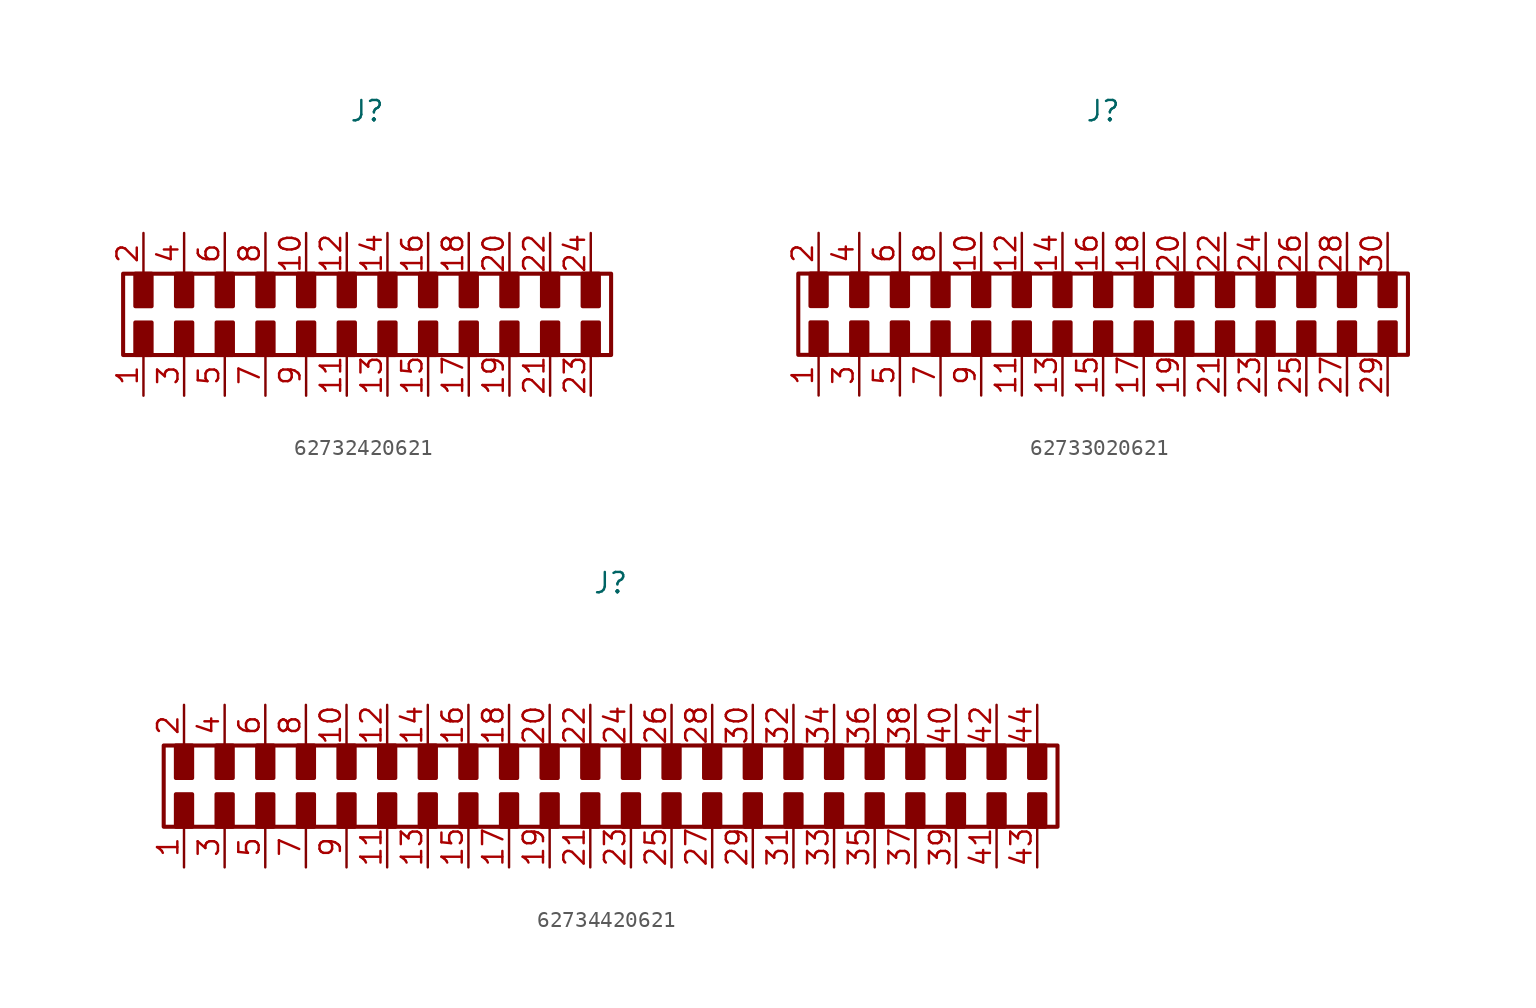
<source format=kicad_sym>
(kicad_symbol_lib
  (version 20241209)
  (generator "kicad_symbol_editor")
  (generator_version "9.0")
  (symbol "62732420621"
    (pin_names
      (hide yes))
    (property "Reference" "J"
      (at 0 12.7 0)
      (effects (font (size 1.27 1.27))))
    (symbol "62732420621_1_1"
      (rectangle (start -15.24 2.54) (end 15.24 -2.54) (stroke (width 0.254) (type solid)) (fill (type none)))
      (rectangle (start -14.478 2.54) (end -13.462 0.508) (stroke (width 0.254) (type solid)) (fill (type outline)))
      (rectangle (start -14.478 -0.508) (end -13.462 -2.54) (stroke (width 0.254) (type solid)) (fill (type outline)))
      (rectangle (start -11.938 2.54) (end -10.922 0.508) (stroke (width 0.254) (type solid)) (fill (type outline)))
      (rectangle (start -11.938 -0.508) (end -10.922 -2.54) (stroke (width 0.254) (type solid)) (fill (type outline)))
      (rectangle (start -9.398 2.54) (end -8.382 0.508) (stroke (width 0.254) (type solid)) (fill (type outline)))
      (rectangle (start -9.398 -0.508) (end -8.382 -2.54) (stroke (width 0.254) (type solid)) (fill (type outline)))
      (rectangle (start -6.858 2.54) (end -5.842 0.508) (stroke (width 0.254) (type solid)) (fill (type outline)))
      (rectangle (start -6.858 -0.508) (end -5.842 -2.54) (stroke (width 0.254) (type solid)) (fill (type outline)))
      (rectangle (start -4.318 2.54) (end -3.302 0.508) (stroke (width 0.254) (type solid)) (fill (type outline)))
      (rectangle (start -4.318 -0.508) (end -3.302 -2.54) (stroke (width 0.254) (type solid)) (fill (type outline)))
      (rectangle (start -1.778 2.54) (end -0.762 0.508) (stroke (width 0.254) (type solid)) (fill (type outline)))
      (rectangle (start -1.778 -0.508) (end -0.762 -2.54) (stroke (width 0.254) (type solid)) (fill (type outline)))
      (rectangle (start 0.762 2.54) (end 1.778 0.508) (stroke (width 0.254) (type solid)) (fill (type outline)))
      (rectangle (start 0.762 -0.508) (end 1.778 -2.54) (stroke (width 0.254) (type solid)) (fill (type outline)))
      (rectangle (start 3.302 2.54) (end 4.318 0.508) (stroke (width 0.254) (type solid)) (fill (type outline)))
      (rectangle (start 3.302 -0.508) (end 4.318 -2.54) (stroke (width 0.254) (type solid)) (fill (type outline)))
      (rectangle (start 5.842 2.54) (end 6.858 0.508) (stroke (width 0.254) (type solid)) (fill (type outline)))
      (rectangle (start 5.842 -0.508) (end 6.858 -2.54) (stroke (width 0.254) (type solid)) (fill (type outline)))
      (rectangle (start 8.382 2.54) (end 9.398 0.508) (stroke (width 0.254) (type solid)) (fill (type outline)))
      (rectangle (start 8.382 -0.508) (end 9.398 -2.54) (stroke (width 0.254) (type solid)) (fill (type outline)))
      (rectangle (start 10.922 2.54) (end 11.938 0.508) (stroke (width 0.254) (type solid)) (fill (type outline)))
      (rectangle (start 10.922 -0.508) (end 11.938 -2.54) (stroke (width 0.254) (type solid)) (fill (type outline)))
      (rectangle (start 13.462 2.54) (end 14.478 0.508) (stroke (width 0.254) (type solid)) (fill (type outline)))
      (rectangle (start 13.462 -0.508) (end 14.478 -2.54) (stroke (width 0.254) (type solid)) (fill (type outline)))
      (pin passive line (at -13.97 5.08 270) (length 2.54) (name "2" (effects (font (size 1.27 1.27)))) (number "2" (effects (font (size 1.27 1.27)))))
      (pin passive line (at -13.97 -5.08 90) (length 2.54) (name "1" (effects (font (size 1.27 1.27)))) (number "1" (effects (font (size 1.27 1.27)))))
      (pin passive line (at -11.43 5.08 270) (length 2.54) (name "4" (effects (font (size 1.27 1.27)))) (number "4" (effects (font (size 1.27 1.27)))))
      (pin passive line (at -11.43 -5.08 90) (length 2.54) (name "3" (effects (font (size 1.27 1.27)))) (number "3" (effects (font (size 1.27 1.27)))))
      (pin passive line (at -8.89 5.08 270) (length 2.54) (name "6" (effects (font (size 1.27 1.27)))) (number "6" (effects (font (size 1.27 1.27)))))
      (pin passive line (at -8.89 -5.08 90) (length 2.54) (name "5" (effects (font (size 1.27 1.27)))) (number "5" (effects (font (size 1.27 1.27)))))
      (pin passive line (at -6.35 5.08 270) (length 2.54) (name "8" (effects (font (size 1.27 1.27)))) (number "8" (effects (font (size 1.27 1.27)))))
      (pin passive line (at -6.35 -5.08 90) (length 2.54) (name "7" (effects (font (size 1.27 1.27)))) (number "7" (effects (font (size 1.27 1.27)))))
      (pin passive line (at -3.81 5.08 270) (length 2.54) (name "10" (effects (font (size 1.27 1.27)))) (number "10" (effects (font (size 1.27 1.27)))))
      (pin passive line (at -3.81 -5.08 90) (length 2.54) (name "9" (effects (font (size 1.27 1.27)))) (number "9" (effects (font (size 1.27 1.27)))))
      (pin passive line (at -1.27 5.08 270) (length 2.54) (name "12" (effects (font (size 1.27 1.27)))) (number "12" (effects (font (size 1.27 1.27)))))
      (pin passive line (at -1.27 -5.08 90) (length 2.54) (name "11" (effects (font (size 1.27 1.27)))) (number "11" (effects (font (size 1.27 1.27)))))
      (pin passive line (at 1.27 5.08 270) (length 2.54) (name "14" (effects (font (size 1.27 1.27)))) (number "14" (effects (font (size 1.27 1.27)))))
      (pin passive line (at 1.27 -5.08 90) (length 2.54) (name "13" (effects (font (size 1.27 1.27)))) (number "13" (effects (font (size 1.27 1.27)))))
      (pin passive line (at 3.81 5.08 270) (length 2.54) (name "16" (effects (font (size 1.27 1.27)))) (number "16" (effects (font (size 1.27 1.27)))))
      (pin passive line (at 3.81 -5.08 90) (length 2.54) (name "15" (effects (font (size 1.27 1.27)))) (number "15" (effects (font (size 1.27 1.27)))))
      (pin passive line (at 6.35 5.08 270) (length 2.54) (name "18" (effects (font (size 1.27 1.27)))) (number "18" (effects (font (size 1.27 1.27)))))
      (pin passive line (at 6.35 -5.08 90) (length 2.54) (name "17" (effects (font (size 1.27 1.27)))) (number "17" (effects (font (size 1.27 1.27)))))
      (pin passive line (at 8.89 5.08 270) (length 2.54) (name "20" (effects (font (size 1.27 1.27)))) (number "20" (effects (font (size 1.27 1.27)))))
      (pin passive line (at 8.89 -5.08 90) (length 2.54) (name "19" (effects (font (size 1.27 1.27)))) (number "19" (effects (font (size 1.27 1.27)))))
      (pin passive line (at 11.43 5.08 270) (length 2.54) (name "22" (effects (font (size 1.27 1.27)))) (number "22" (effects (font (size 1.27 1.27)))))
      (pin passive line (at 11.43 -5.08 90) (length 2.54) (name "21" (effects (font (size 1.27 1.27)))) (number "21" (effects (font (size 1.27 1.27)))))
      (pin passive line (at 13.97 5.08 270) (length 2.54) (name "24" (effects (font (size 1.27 1.27)))) (number "24" (effects (font (size 1.27 1.27)))))
      (pin passive line (at 13.97 -5.08 90) (length 2.54) (name "23" (effects (font (size 1.27 1.27)))) (number "23" (effects (font (size 1.27 1.27)))))))
  (symbol "62733020621"
    (pin_names
      (hide yes))
    (property "Reference" "J"
      (at 0 12.7 0)
      (effects (font (size 1.27 1.27))))
    (symbol "62733020621_1_1"
      (rectangle (start -19.05 2.54) (end 19.05 -2.54) (stroke (width 0.254) (type solid)) (fill (type none)))
      (rectangle (start -18.288 2.54) (end -17.272 0.508) (stroke (width 0.254) (type solid)) (fill (type outline)))
      (rectangle (start -18.288 -0.508) (end -17.272 -2.54) (stroke (width 0.254) (type solid)) (fill (type outline)))
      (rectangle (start -15.748 2.54) (end -14.732 0.508) (stroke (width 0.254) (type solid)) (fill (type outline)))
      (rectangle (start -15.748 -0.508) (end -14.732 -2.54) (stroke (width 0.254) (type solid)) (fill (type outline)))
      (rectangle (start -13.208 2.54) (end -12.192 0.508) (stroke (width 0.254) (type solid)) (fill (type outline)))
      (rectangle (start -13.208 -0.508) (end -12.192 -2.54) (stroke (width 0.254) (type solid)) (fill (type outline)))
      (rectangle (start -10.668 2.54) (end -9.652 0.508) (stroke (width 0.254) (type solid)) (fill (type outline)))
      (rectangle (start -10.668 -0.508) (end -9.652 -2.54) (stroke (width 0.254) (type solid)) (fill (type outline)))
      (rectangle (start -8.128 2.54) (end -7.112 0.508) (stroke (width 0.254) (type solid)) (fill (type outline)))
      (rectangle (start -8.128 -0.508) (end -7.112 -2.54) (stroke (width 0.254) (type solid)) (fill (type outline)))
      (rectangle (start -5.588 2.54) (end -4.572 0.508) (stroke (width 0.254) (type solid)) (fill (type outline)))
      (rectangle (start -5.588 -0.508) (end -4.572 -2.54) (stroke (width 0.254) (type solid)) (fill (type outline)))
      (rectangle (start -3.048 2.54) (end -2.032 0.508) (stroke (width 0.254) (type solid)) (fill (type outline)))
      (rectangle (start -3.048 -0.508) (end -2.032 -2.54) (stroke (width 0.254) (type solid)) (fill (type outline)))
      (rectangle (start -0.508 2.54) (end 0.508 0.508) (stroke (width 0.254) (type solid)) (fill (type outline)))
      (rectangle (start -0.508 -0.508) (end 0.508 -2.54) (stroke (width 0.254) (type solid)) (fill (type outline)))
      (rectangle (start 2.032 2.54) (end 3.048 0.508) (stroke (width 0.254) (type solid)) (fill (type outline)))
      (rectangle (start 2.032 -0.508) (end 3.048 -2.54) (stroke (width 0.254) (type solid)) (fill (type outline)))
      (rectangle (start 4.572 2.54) (end 5.588 0.508) (stroke (width 0.254) (type solid)) (fill (type outline)))
      (rectangle (start 4.572 -0.508) (end 5.588 -2.54) (stroke (width 0.254) (type solid)) (fill (type outline)))
      (rectangle (start 7.112 2.54) (end 8.128 0.508) (stroke (width 0.254) (type solid)) (fill (type outline)))
      (rectangle (start 7.112 -0.508) (end 8.128 -2.54) (stroke (width 0.254) (type solid)) (fill (type outline)))
      (rectangle (start 9.652 2.54) (end 10.668 0.508) (stroke (width 0.254) (type solid)) (fill (type outline)))
      (rectangle (start 9.652 -0.508) (end 10.668 -2.54) (stroke (width 0.254) (type solid)) (fill (type outline)))
      (rectangle (start 12.192 2.54) (end 13.208 0.508) (stroke (width 0.254) (type solid)) (fill (type outline)))
      (rectangle (start 12.192 -0.508) (end 13.208 -2.54) (stroke (width 0.254) (type solid)) (fill (type outline)))
      (rectangle (start 14.732 2.54) (end 15.748 0.508) (stroke (width 0.254) (type solid)) (fill (type outline)))
      (rectangle (start 14.732 -0.508) (end 15.748 -2.54) (stroke (width 0.254) (type solid)) (fill (type outline)))
      (rectangle (start 17.272 2.54) (end 18.288 0.508) (stroke (width 0.254) (type solid)) (fill (type outline)))
      (rectangle (start 17.272 -0.508) (end 18.288 -2.54) (stroke (width 0.254) (type solid)) (fill (type outline)))
      (pin passive line (at -17.78 5.08 270) (length 2.54) (name "2" (effects (font (size 1.27 1.27)))) (number "2" (effects (font (size 1.27 1.27)))))
      (pin passive line (at -17.78 -5.08 90) (length 2.54) (name "1" (effects (font (size 1.27 1.27)))) (number "1" (effects (font (size 1.27 1.27)))))
      (pin passive line (at -15.24 5.08 270) (length 2.54) (name "4" (effects (font (size 1.27 1.27)))) (number "4" (effects (font (size 1.27 1.27)))))
      (pin passive line (at -15.24 -5.08 90) (length 2.54) (name "3" (effects (font (size 1.27 1.27)))) (number "3" (effects (font (size 1.27 1.27)))))
      (pin passive line (at -12.7 5.08 270) (length 2.54) (name "6" (effects (font (size 1.27 1.27)))) (number "6" (effects (font (size 1.27 1.27)))))
      (pin passive line (at -12.7 -5.08 90) (length 2.54) (name "5" (effects (font (size 1.27 1.27)))) (number "5" (effects (font (size 1.27 1.27)))))
      (pin passive line (at -10.16 5.08 270) (length 2.54) (name "8" (effects (font (size 1.27 1.27)))) (number "8" (effects (font (size 1.27 1.27)))))
      (pin passive line (at -10.16 -5.08 90) (length 2.54) (name "7" (effects (font (size 1.27 1.27)))) (number "7" (effects (font (size 1.27 1.27)))))
      (pin passive line (at -7.62 5.08 270) (length 2.54) (name "10" (effects (font (size 1.27 1.27)))) (number "10" (effects (font (size 1.27 1.27)))))
      (pin passive line (at -7.62 -5.08 90) (length 2.54) (name "9" (effects (font (size 1.27 1.27)))) (number "9" (effects (font (size 1.27 1.27)))))
      (pin passive line (at -5.08 5.08 270) (length 2.54) (name "12" (effects (font (size 1.27 1.27)))) (number "12" (effects (font (size 1.27 1.27)))))
      (pin passive line (at -5.08 -5.08 90) (length 2.54) (name "11" (effects (font (size 1.27 1.27)))) (number "11" (effects (font (size 1.27 1.27)))))
      (pin passive line (at -2.54 5.08 270) (length 2.54) (name "14" (effects (font (size 1.27 1.27)))) (number "14" (effects (font (size 1.27 1.27)))))
      (pin passive line (at -2.54 -5.08 90) (length 2.54) (name "13" (effects (font (size 1.27 1.27)))) (number "13" (effects (font (size 1.27 1.27)))))
      (pin passive line (at 0 5.08 270) (length 2.54) (name "16" (effects (font (size 1.27 1.27)))) (number "16" (effects (font (size 1.27 1.27)))))
      (pin passive line (at 0 -5.08 90) (length 2.54) (name "15" (effects (font (size 1.27 1.27)))) (number "15" (effects (font (size 1.27 1.27)))))
      (pin passive line (at 2.54 5.08 270) (length 2.54) (name "18" (effects (font (size 1.27 1.27)))) (number "18" (effects (font (size 1.27 1.27)))))
      (pin passive line (at 2.54 -5.08 90) (length 2.54) (name "17" (effects (font (size 1.27 1.27)))) (number "17" (effects (font (size 1.27 1.27)))))
      (pin passive line (at 5.08 5.08 270) (length 2.54) (name "20" (effects (font (size 1.27 1.27)))) (number "20" (effects (font (size 1.27 1.27)))))
      (pin passive line (at 5.08 -5.08 90) (length 2.54) (name "19" (effects (font (size 1.27 1.27)))) (number "19" (effects (font (size 1.27 1.27)))))
      (pin passive line (at 7.62 5.08 270) (length 2.54) (name "22" (effects (font (size 1.27 1.27)))) (number "22" (effects (font (size 1.27 1.27)))))
      (pin passive line (at 7.62 -5.08 90) (length 2.54) (name "21" (effects (font (size 1.27 1.27)))) (number "21" (effects (font (size 1.27 1.27)))))
      (pin passive line (at 10.16 5.08 270) (length 2.54) (name "24" (effects (font (size 1.27 1.27)))) (number "24" (effects (font (size 1.27 1.27)))))
      (pin passive line (at 10.16 -5.08 90) (length 2.54) (name "23" (effects (font (size 1.27 1.27)))) (number "23" (effects (font (size 1.27 1.27)))))
      (pin passive line (at 12.7 5.08 270) (length 2.54) (name "26" (effects (font (size 1.27 1.27)))) (number "26" (effects (font (size 1.27 1.27)))))
      (pin passive line (at 12.7 -5.08 90) (length 2.54) (name "25" (effects (font (size 1.27 1.27)))) (number "25" (effects (font (size 1.27 1.27)))))
      (pin passive line (at 15.24 5.08 270) (length 2.54) (name "28" (effects (font (size 1.27 1.27)))) (number "28" (effects (font (size 1.27 1.27)))))
      (pin passive line (at 15.24 -5.08 90) (length 2.54) (name "27" (effects (font (size 1.27 1.27)))) (number "27" (effects (font (size 1.27 1.27)))))
      (pin passive line (at 17.78 5.08 270) (length 2.54) (name "30" (effects (font (size 1.27 1.27)))) (number "30" (effects (font (size 1.27 1.27)))))
      (pin passive line (at 17.78 -5.08 90) (length 2.54) (name "29" (effects (font (size 1.27 1.27)))) (number "29" (effects (font (size 1.27 1.27)))))))
  (symbol "62734420621"
    (pin_names
      (hide yes))
    (property "Reference" "J"
      (at 0 12.7 0)
      (effects (font (size 1.27 1.27))))
    (symbol "62734420621_1_1"
      (rectangle (start -27.94 2.54) (end 27.94 -2.54) (stroke (width 0.254) (type solid)) (fill (type none)))
      (rectangle (start -27.178 2.54) (end -26.162 0.508) (stroke (width 0.254) (type solid)) (fill (type outline)))
      (rectangle (start -27.178 -0.508) (end -26.162 -2.54) (stroke (width 0.254) (type solid)) (fill (type outline)))
      (rectangle (start -24.638 2.54) (end -23.622 0.508) (stroke (width 0.254) (type solid)) (fill (type outline)))
      (rectangle (start -24.638 -0.508) (end -23.622 -2.54) (stroke (width 0.254) (type solid)) (fill (type outline)))
      (rectangle (start -22.098 2.54) (end -21.082 0.508) (stroke (width 0.254) (type solid)) (fill (type outline)))
      (rectangle (start -22.098 -0.508) (end -21.082 -2.54) (stroke (width 0.254) (type solid)) (fill (type outline)))
      (rectangle (start -19.558 2.54) (end -18.542 0.508) (stroke (width 0.254) (type solid)) (fill (type outline)))
      (rectangle (start -19.558 -0.508) (end -18.542 -2.54) (stroke (width 0.254) (type solid)) (fill (type outline)))
      (rectangle (start -17.018 2.54) (end -16.002 0.508) (stroke (width 0.254) (type solid)) (fill (type outline)))
      (rectangle (start -17.018 -0.508) (end -16.002 -2.54) (stroke (width 0.254) (type solid)) (fill (type outline)))
      (rectangle (start -14.478 2.54) (end -13.462 0.508) (stroke (width 0.254) (type solid)) (fill (type outline)))
      (rectangle (start -14.478 -0.508) (end -13.462 -2.54) (stroke (width 0.254) (type solid)) (fill (type outline)))
      (rectangle (start -11.938 2.54) (end -10.922 0.508) (stroke (width 0.254) (type solid)) (fill (type outline)))
      (rectangle (start -11.938 -0.508) (end -10.922 -2.54) (stroke (width 0.254) (type solid)) (fill (type outline)))
      (rectangle (start -9.398 2.54) (end -8.382 0.508) (stroke (width 0.254) (type solid)) (fill (type outline)))
      (rectangle (start -9.398 -0.508) (end -8.382 -2.54) (stroke (width 0.254) (type solid)) (fill (type outline)))
      (rectangle (start -6.858 2.54) (end -5.842 0.508) (stroke (width 0.254) (type solid)) (fill (type outline)))
      (rectangle (start -6.858 -0.508) (end -5.842 -2.54) (stroke (width 0.254) (type solid)) (fill (type outline)))
      (rectangle (start -4.318 2.54) (end -3.302 0.508) (stroke (width 0.254) (type solid)) (fill (type outline)))
      (rectangle (start -4.318 -0.508) (end -3.302 -2.54) (stroke (width 0.254) (type solid)) (fill (type outline)))
      (rectangle (start -1.778 2.54) (end -0.762 0.508) (stroke (width 0.254) (type solid)) (fill (type outline)))
      (rectangle (start -1.778 -0.508) (end -0.762 -2.54) (stroke (width 0.254) (type solid)) (fill (type outline)))
      (rectangle (start 0.762 2.54) (end 1.778 0.508) (stroke (width 0.254) (type solid)) (fill (type outline)))
      (rectangle (start 0.762 -0.508) (end 1.778 -2.54) (stroke (width 0.254) (type solid)) (fill (type outline)))
      (rectangle (start 3.302 2.54) (end 4.318 0.508) (stroke (width 0.254) (type solid)) (fill (type outline)))
      (rectangle (start 3.302 -0.508) (end 4.318 -2.54) (stroke (width 0.254) (type solid)) (fill (type outline)))
      (rectangle (start 5.842 2.54) (end 6.858 0.508) (stroke (width 0.254) (type solid)) (fill (type outline)))
      (rectangle (start 5.842 -0.508) (end 6.858 -2.54) (stroke (width 0.254) (type solid)) (fill (type outline)))
      (rectangle (start 8.382 2.54) (end 9.398 0.508) (stroke (width 0.254) (type solid)) (fill (type outline)))
      (rectangle (start 8.382 -0.508) (end 9.398 -2.54) (stroke (width 0.254) (type solid)) (fill (type outline)))
      (rectangle (start 10.922 2.54) (end 11.938 0.508) (stroke (width 0.254) (type solid)) (fill (type outline)))
      (rectangle (start 10.922 -0.508) (end 11.938 -2.54) (stroke (width 0.254) (type solid)) (fill (type outline)))
      (rectangle (start 13.462 2.54) (end 14.478 0.508) (stroke (width 0.254) (type solid)) (fill (type outline)))
      (rectangle (start 13.462 -0.508) (end 14.478 -2.54) (stroke (width 0.254) (type solid)) (fill (type outline)))
      (rectangle (start 16.002 2.54) (end 17.018 0.508) (stroke (width 0.254) (type solid)) (fill (type outline)))
      (rectangle (start 16.002 -0.508) (end 17.018 -2.54) (stroke (width 0.254) (type solid)) (fill (type outline)))
      (rectangle (start 18.542 2.54) (end 19.558 0.508) (stroke (width 0.254) (type solid)) (fill (type outline)))
      (rectangle (start 18.542 -0.508) (end 19.558 -2.54) (stroke (width 0.254) (type solid)) (fill (type outline)))
      (rectangle (start 21.082 2.54) (end 22.098 0.508) (stroke (width 0.254) (type solid)) (fill (type outline)))
      (rectangle (start 21.082 -0.508) (end 22.098 -2.54) (stroke (width 0.254) (type solid)) (fill (type outline)))
      (rectangle (start 23.622 2.54) (end 24.638 0.508) (stroke (width 0.254) (type solid)) (fill (type outline)))
      (rectangle (start 23.622 -0.508) (end 24.638 -2.54) (stroke (width 0.254) (type solid)) (fill (type outline)))
      (rectangle (start 26.162 2.54) (end 27.178 0.508) (stroke (width 0.254) (type solid)) (fill (type outline)))
      (rectangle (start 26.162 -0.508) (end 27.178 -2.54) (stroke (width 0.254) (type solid)) (fill (type outline)))
      (pin passive line (at -26.67 5.08 270) (length 2.54) (name "2" (effects (font (size 1.27 1.27)))) (number "2" (effects (font (size 1.27 1.27)))))
      (pin passive line (at -26.67 -5.08 90) (length 2.54) (name "1" (effects (font (size 1.27 1.27)))) (number "1" (effects (font (size 1.27 1.27)))))
      (pin passive line (at -24.13 5.08 270) (length 2.54) (name "4" (effects (font (size 1.27 1.27)))) (number "4" (effects (font (size 1.27 1.27)))))
      (pin passive line (at -24.13 -5.08 90) (length 2.54) (name "3" (effects (font (size 1.27 1.27)))) (number "3" (effects (font (size 1.27 1.27)))))
      (pin passive line (at -21.59 5.08 270) (length 2.54) (name "6" (effects (font (size 1.27 1.27)))) (number "6" (effects (font (size 1.27 1.27)))))
      (pin passive line (at -21.59 -5.08 90) (length 2.54) (name "5" (effects (font (size 1.27 1.27)))) (number "5" (effects (font (size 1.27 1.27)))))
      (pin passive line (at -19.05 5.08 270) (length 2.54) (name "8" (effects (font (size 1.27 1.27)))) (number "8" (effects (font (size 1.27 1.27)))))
      (pin passive line (at -19.05 -5.08 90) (length 2.54) (name "7" (effects (font (size 1.27 1.27)))) (number "7" (effects (font (size 1.27 1.27)))))
      (pin passive line (at -16.51 5.08 270) (length 2.54) (name "10" (effects (font (size 1.27 1.27)))) (number "10" (effects (font (size 1.27 1.27)))))
      (pin passive line (at -16.51 -5.08 90) (length 2.54) (name "9" (effects (font (size 1.27 1.27)))) (number "9" (effects (font (size 1.27 1.27)))))
      (pin passive line (at -13.97 5.08 270) (length 2.54) (name "12" (effects (font (size 1.27 1.27)))) (number "12" (effects (font (size 1.27 1.27)))))
      (pin passive line (at -13.97 -5.08 90) (length 2.54) (name "11" (effects (font (size 1.27 1.27)))) (number "11" (effects (font (size 1.27 1.27)))))
      (pin passive line (at -11.43 5.08 270) (length 2.54) (name "14" (effects (font (size 1.27 1.27)))) (number "14" (effects (font (size 1.27 1.27)))))
      (pin passive line (at -11.43 -5.08 90) (length 2.54) (name "13" (effects (font (size 1.27 1.27)))) (number "13" (effects (font (size 1.27 1.27)))))
      (pin passive line (at -8.89 5.08 270) (length 2.54) (name "16" (effects (font (size 1.27 1.27)))) (number "16" (effects (font (size 1.27 1.27)))))
      (pin passive line (at -8.89 -5.08 90) (length 2.54) (name "15" (effects (font (size 1.27 1.27)))) (number "15" (effects (font (size 1.27 1.27)))))
      (pin passive line (at -6.35 5.08 270) (length 2.54) (name "18" (effects (font (size 1.27 1.27)))) (number "18" (effects (font (size 1.27 1.27)))))
      (pin passive line (at -6.35 -5.08 90) (length 2.54) (name "17" (effects (font (size 1.27 1.27)))) (number "17" (effects (font (size 1.27 1.27)))))
      (pin passive line (at -3.81 5.08 270) (length 2.54) (name "20" (effects (font (size 1.27 1.27)))) (number "20" (effects (font (size 1.27 1.27)))))
      (pin passive line (at -3.81 -5.08 90) (length 2.54) (name "19" (effects (font (size 1.27 1.27)))) (number "19" (effects (font (size 1.27 1.27)))))
      (pin passive line (at -1.27 5.08 270) (length 2.54) (name "22" (effects (font (size 1.27 1.27)))) (number "22" (effects (font (size 1.27 1.27)))))
      (pin passive line (at -1.27 -5.08 90) (length 2.54) (name "21" (effects (font (size 1.27 1.27)))) (number "21" (effects (font (size 1.27 1.27)))))
      (pin passive line (at 1.27 5.08 270) (length 2.54) (name "24" (effects (font (size 1.27 1.27)))) (number "24" (effects (font (size 1.27 1.27)))))
      (pin passive line (at 1.27 -5.08 90) (length 2.54) (name "23" (effects (font (size 1.27 1.27)))) (number "23" (effects (font (size 1.27 1.27)))))
      (pin passive line (at 3.81 5.08 270) (length 2.54) (name "26" (effects (font (size 1.27 1.27)))) (number "26" (effects (font (size 1.27 1.27)))))
      (pin passive line (at 3.81 -5.08 90) (length 2.54) (name "25" (effects (font (size 1.27 1.27)))) (number "25" (effects (font (size 1.27 1.27)))))
      (pin passive line (at 6.35 5.08 270) (length 2.54) (name "28" (effects (font (size 1.27 1.27)))) (number "28" (effects (font (size 1.27 1.27)))))
      (pin passive line (at 6.35 -5.08 90) (length 2.54) (name "27" (effects (font (size 1.27 1.27)))) (number "27" (effects (font (size 1.27 1.27)))))
      (pin passive line (at 8.89 5.08 270) (length 2.54) (name "30" (effects (font (size 1.27 1.27)))) (number "30" (effects (font (size 1.27 1.27)))))
      (pin passive line (at 8.89 -5.08 90) (length 2.54) (name "29" (effects (font (size 1.27 1.27)))) (number "29" (effects (font (size 1.27 1.27)))))
      (pin passive line (at 11.43 5.08 270) (length 2.54) (name "32" (effects (font (size 1.27 1.27)))) (number "32" (effects (font (size 1.27 1.27)))))
      (pin passive line (at 11.43 -5.08 90) (length 2.54) (name "31" (effects (font (size 1.27 1.27)))) (number "31" (effects (font (size 1.27 1.27)))))
      (pin passive line (at 13.97 5.08 270) (length 2.54) (name "34" (effects (font (size 1.27 1.27)))) (number "34" (effects (font (size 1.27 1.27)))))
      (pin passive line (at 13.97 -5.08 90) (length 2.54) (name "33" (effects (font (size 1.27 1.27)))) (number "33" (effects (font (size 1.27 1.27)))))
      (pin passive line (at 16.51 5.08 270) (length 2.54) (name "36" (effects (font (size 1.27 1.27)))) (number "36" (effects (font (size 1.27 1.27)))))
      (pin passive line (at 16.51 -5.08 90) (length 2.54) (name "35" (effects (font (size 1.27 1.27)))) (number "35" (effects (font (size 1.27 1.27)))))
      (pin passive line (at 19.05 5.08 270) (length 2.54) (name "38" (effects (font (size 1.27 1.27)))) (number "38" (effects (font (size 1.27 1.27)))))
      (pin passive line (at 19.05 -5.08 90) (length 2.54) (name "37" (effects (font (size 1.27 1.27)))) (number "37" (effects (font (size 1.27 1.27)))))
      (pin passive line (at 21.59 5.08 270) (length 2.54) (name "40" (effects (font (size 1.27 1.27)))) (number "40" (effects (font (size 1.27 1.27)))))
      (pin passive line (at 21.59 -5.08 90) (length 2.54) (name "39" (effects (font (size 1.27 1.27)))) (number "39" (effects (font (size 1.27 1.27)))))
      (pin passive line (at 24.13 5.08 270) (length 2.54) (name "42" (effects (font (size 1.27 1.27)))) (number "42" (effects (font (size 1.27 1.27)))))
      (pin passive line (at 24.13 -5.08 90) (length 2.54) (name "41" (effects (font (size 1.27 1.27)))) (number "41" (effects (font (size 1.27 1.27)))))
      (pin passive line (at 26.67 5.08 270) (length 2.54) (name "44" (effects (font (size 1.27 1.27)))) (number "44" (effects (font (size 1.27 1.27)))))
      (pin passive line (at 26.67 -5.08 90) (length 2.54) (name "43" (effects (font (size 1.27 1.27)))) (number "43" (effects (font (size 1.27 1.27))))))))
</source>
